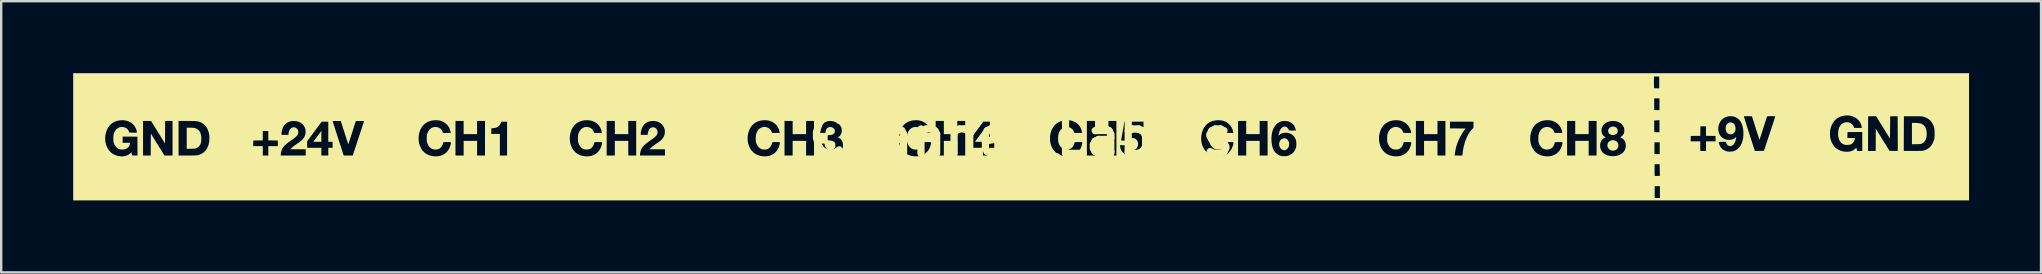
<source format=kicad_pcb>
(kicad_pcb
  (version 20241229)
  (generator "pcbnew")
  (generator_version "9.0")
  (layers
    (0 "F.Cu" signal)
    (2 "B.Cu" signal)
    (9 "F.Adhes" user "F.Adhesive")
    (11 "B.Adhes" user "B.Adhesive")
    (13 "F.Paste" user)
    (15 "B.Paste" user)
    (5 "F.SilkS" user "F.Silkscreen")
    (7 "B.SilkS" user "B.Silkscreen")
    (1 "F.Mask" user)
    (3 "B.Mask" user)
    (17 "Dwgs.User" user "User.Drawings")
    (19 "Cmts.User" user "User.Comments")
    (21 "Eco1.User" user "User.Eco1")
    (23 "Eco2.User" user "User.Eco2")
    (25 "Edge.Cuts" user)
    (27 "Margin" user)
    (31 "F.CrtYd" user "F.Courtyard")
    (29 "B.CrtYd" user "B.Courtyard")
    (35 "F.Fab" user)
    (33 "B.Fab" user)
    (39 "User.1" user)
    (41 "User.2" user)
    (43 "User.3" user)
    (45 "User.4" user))
  (footprint "Channel_Labels"
    (layer "F.Cu")
    (at 39.5 2.65)
    (property "Reference" "Channel_Labels" (at 0 0 0) (layer "F.SilkS") (effects (font (size 1.524 1.524) (thickness 0.3))))
    (attr board_only exclude_from_pos_files exclude_from_bom)
    (fp_poly (pts (xy -29.16 0.21) (xy -29.325 0.21) (xy -29.38 0.21) (xy -29.427 0.209) (xy -29.463 0.208) (xy -29.485 0.206) (xy -29.49 0.205) (xy -29.484 0.196) (xy -29.468 0.173) (xy -29.443 0.138) (xy -29.411 0.094) (xy -29.372 0.042) (xy -29.33 -0.016) (xy -29.325 -0.022) (xy -29.16 -0.244)) (stroke (width 0) (type solid)) (fill yes) (layer "F.SilkS"))
    (fp_poly (pts (xy -1.59 0.21) (xy -1.755 0.21) (xy -1.81 0.21) (xy -1.857 0.209) (xy -1.893 0.208) (xy -1.915 0.206) (xy -1.92 0.205) (xy -1.914 0.196) (xy -1.898 0.173) (xy -1.873 0.138) (xy -1.841 0.094) (xy -1.802 0.042) (xy -1.76 -0.016) (xy -1.755 -0.022) (xy -1.59 -0.244)) (stroke (width 0) (type solid)) (fill yes) (layer "F.SilkS"))
    (fp_poly (pts (xy 24.744 -0.413) (xy 24.792 -0.388) (xy 24.83 -0.35) (xy 24.844 -0.327) (xy 24.857 -0.28) (xy 24.859 -0.227) (xy 24.849 -0.178) (xy 24.844 -0.164) (xy 24.817 -0.129) (xy 24.775 -0.101) (xy 24.724 -0.081) (xy 24.669 -0.073) (xy 24.613 -0.076) (xy 24.59 -0.081) (xy 24.536 -0.106) (xy 24.496 -0.143) (xy 24.47 -0.187) (xy 24.46 -0.236) (xy 24.465 -0.287) (xy 24.487 -0.335) (xy 24.526 -0.378) (xy 24.576 -0.409) (xy 24.632 -0.424) (xy 24.689 -0.426)) (stroke (width 0) (type solid)) (fill yes) (layer "F.SilkS"))
    (fp_poly (pts (xy 24.703 0.146) (xy 24.767 0.166) (xy 24.809 0.191) (xy 24.85 0.231) (xy 24.876 0.282) (xy 24.889 0.338) (xy 24.888 0.396) (xy 24.872 0.451) (xy 24.843 0.499) (xy 24.816 0.525) (xy 24.758 0.559) (xy 24.695 0.576) (xy 24.632 0.577) (xy 24.6 0.571) (xy 24.54 0.544) (xy 24.49 0.504) (xy 24.453 0.454) (xy 24.44 0.424) (xy 24.431 0.373) (xy 24.433 0.319) (xy 24.447 0.268) (xy 24.468 0.231) (xy 24.516 0.186) (xy 24.574 0.156) (xy 24.637 0.142)) (stroke (width 0) (type solid)) (fill yes) (layer "F.SilkS"))
    (fp_poly (pts (xy 10.997 0.064) (xy 11.045 0.08) (xy 11.09 0.111) (xy 11.128 0.159) (xy 11.133 0.168) (xy 11.158 0.23) (xy 11.169 0.293) (xy 11.166 0.354) (xy 11.151 0.411) (xy 11.126 0.461) (xy 11.092 0.504) (xy 11.051 0.536) (xy 11.004 0.555) (xy 10.952 0.559) (xy 10.897 0.546) (xy 10.882 0.539) (xy 10.833 0.504) (xy 10.793 0.455) (xy 10.765 0.396) (xy 10.751 0.331) (xy 10.75 0.311) (xy 10.758 0.244) (xy 10.779 0.186) (xy 10.81 0.138) (xy 10.851 0.101) (xy 10.897 0.076) (xy 10.946 0.063)) (stroke (width 0) (type solid)) (fill yes) (layer "F.SilkS"))
    (fp_poly (pts (xy 29.622 -0.59) (xy 29.673 -0.564) (xy 29.716 -0.522) (xy 29.739 -0.486) (xy 29.758 -0.433) (xy 29.768 -0.371) (xy 29.769 -0.307) (xy 29.76 -0.256) (xy 29.741 -0.211) (xy 29.711 -0.168) (xy 29.676 -0.135) (xy 29.661 -0.125) (xy 29.616 -0.11) (xy 29.564 -0.105) (xy 29.515 -0.109) (xy 29.496 -0.114) (xy 29.442 -0.144) (xy 29.401 -0.189) (xy 29.372 -0.247) (xy 29.358 -0.318) (xy 29.357 -0.35) (xy 29.36 -0.411) (xy 29.372 -0.459) (xy 29.396 -0.503) (xy 29.421 -0.535) (xy 29.464 -0.573) (xy 29.512 -0.594) (xy 29.569 -0.6)) (stroke (width 0) (type solid)) (fill yes) (layer "F.SilkS"))
    (fp_poly (pts (xy 37.208 -0.58) (xy 37.305 -0.577) (xy 37.391 -0.57) (xy 37.462 -0.557) (xy 37.518 -0.541) (xy 37.534 -0.534) (xy 37.596 -0.495) (xy 37.646 -0.446) (xy 37.685 -0.385) (xy 37.712 -0.311) (xy 37.73 -0.221) (xy 37.736 -0.161) (xy 37.737 -0.061) (xy 37.723 0.031) (xy 37.696 0.112) (xy 37.657 0.182) (xy 37.606 0.238) (xy 37.544 0.278) (xy 37.537 0.281) (xy 37.517 0.29) (xy 37.496 0.296) (xy 37.473 0.301) (xy 37.441 0.304) (xy 37.4 0.306) (xy 37.344 0.307) (xy 37.303 0.308) (xy 37.12 0.312) (xy 37.12 -0.58)) (stroke (width 0) (type solid)) (fill yes) (layer "F.SilkS"))
    (fp_poly (pts (xy -34.608 -0.378) (xy -34.542 -0.376) (xy -34.493 -0.373) (xy -34.456 -0.369) (xy -34.427 -0.363) (xy -34.401 -0.356) (xy -34.389 -0.351) (xy -34.318 -0.314) (xy -34.261 -0.264) (xy -34.217 -0.198) (xy -34.185 -0.118) (xy -34.166 -0.023) (xy -34.16 0.087) (xy -34.16 0.089) (xy -34.166 0.185) (xy -34.183 0.266) (xy -34.213 0.336) (xy -34.257 0.396) (xy -34.271 0.411) (xy -34.3 0.438) (xy -34.328 0.458) (xy -34.358 0.473) (xy -34.394 0.484) (xy -34.439 0.491) (xy -34.497 0.495) (xy -34.571 0.498) (xy -34.587 0.498) (xy -34.77 0.502) (xy -34.77 -0.382)) (stroke (width 0) (type solid)) (fill yes) (layer "F.SilkS"))
    (fp_poly (pts (xy 39.5 2.65) (xy -39.5 2.65) (xy -39.5 2.06) (xy 26.4 2.06) (xy 26.4 2.55) (xy 26.62 2.55) (xy 26.62 2.06) (xy 26.4 2.06) (xy -39.5 2.06) (xy -39.5 1.145) (xy 26.395 1.145) (xy 26.395 1.375) (xy 26.395 1.442) (xy 26.396 1.502) (xy 26.397 1.554) (xy 26.399 1.593) (xy 26.401 1.617) (xy 26.402 1.622) (xy 26.407 1.63) (xy 26.418 1.634) (xy 26.438 1.636) (xy 26.47 1.635) (xy 26.512 1.633) (xy 26.555 1.631) (xy 26.589 1.628) (xy 26.611 1.627) (xy 26.617 1.626) (xy 26.617 1.616) (xy 26.617 1.589) (xy 26.616 1.547) (xy 26.615 1.494) (xy 26.614 1.431) (xy 26.613 1.382) (xy 26.607 1.139) (xy 26.501 1.142) (xy 26.395 1.145) (xy -39.5 1.145) (xy -39.5 0.024) (xy -38.167 0.024) (xy -38.165 0.146) (xy -38.147 0.265) (xy -38.113 0.378) (xy -38.066 0.481) (xy -38.031 0.537) (xy -37.958 0.624) (xy -37.873 0.696) (xy -37.776 0.751) (xy -37.67 0.789) (xy -37.565 0.809) (xy -37.516 0.815) (xy -37.479 0.818) (xy -37.449 0.818) (xy -37.418 0.815) (xy -37.38 0.81) (xy -37.375 0.81) (xy -37.303 0.792) (xy -37.23 0.763) (xy -37.163 0.725) (xy -37.117 0.688) (xy -37.071 0.644) (xy -37.06 0.699) (xy -37.053 0.732) (xy -37.047 0.758) (xy -37.045 0.767) (xy -37.036 0.774) (xy -37.013 0.777) (xy -36.973 0.78) (xy -36.93 0.78) (xy -36.82 0.78) (xy -36.825 -0.005) (xy -37.44 -0.01) (xy -37.44 0.25) (xy -37.128 0.25) (xy -37.134 0.287) (xy -37.157 0.361) (xy -37.196 0.425) (xy -37.251 0.476) (xy -37.292 0.501) (xy -37.346 0.52) (xy -37.411 0.53) (xy -37.481 0.531) (xy -37.549 0.523) (xy -37.607 0.506) (xy -37.621 0.499) (xy -37.679 0.46) (xy -37.731 0.404) (xy -37.775 0.337) (xy -37.806 0.263) (xy -37.82 0.211) (xy -37.826 0.157) (xy -37.829 0.093) (xy -37.828 0.024) (xy -37.824 -0.04) (xy -37.816 -0.093) (xy -37.815 -0.098) (xy -37.786 -0.185) (xy -37.744 -0.26) (xy -37.69 -0.323) (xy -37.626 -0.37) (xy -37.582 -0.39) (xy -37.545 -0.402) (xy -37.51 -0.408) (xy -37.468 -0.409) (xy -37.445 -0.408) (xy -37.364 -0.395) (xy -37.297 -0.368) (xy -37.242 -0.325) (xy -37.2 -0.267) (xy -37.181 -0.225) (xy -37.162 -0.175) (xy -37.006 -0.172) (xy -36.85 -0.169) (xy -36.85 -0.204) (xy -36.858 -0.266) (xy -36.881 -0.334) (xy -36.917 -0.404) (xy -36.962 -0.47) (xy -37.016 -0.53) (xy -37.024 -0.538) (xy -37.108 -0.601) (xy -37.203 -0.648) (xy -37.246 -0.66) (xy -36.59 -0.66) (xy -36.59 0.78) (xy -36.27 0.78) (xy -36.265 -0.135) (xy -35.697 0.78) (xy -35.36 0.78) (xy -35.36 -0.66) (xy -35.11 -0.66) (xy -35.11 0.78) (xy -34.737 0.78) (xy -34.639 0.78) (xy -34.558 0.78) (xy -34.493 0.779) (xy -34.441 0.778) (xy -34.4 0.776) (xy -34.367 0.774) (xy -34.34 0.771) (xy -34.317 0.767) (xy -34.296 0.763) (xy -34.286 0.76) (xy -34.183 0.724) (xy -34.092 0.672) (xy -34.013 0.604) (xy -33.947 0.522) (xy -33.894 0.424) (xy -33.881 0.39) (xy -32.001 0.39) (xy -31.6 0.39) (xy -31.6 0.78) (xy -31.37 0.78) (xy -30.85 0.78) (xy -29.81 0.78) (xy -29.81 0.52) (xy -30.454 0.52) (xy -30.405 0.469) (xy -30.364 0.432) (xy -30.306 0.386) (xy -30.232 0.331) (xy -30.142 0.268) (xy -30.085 0.23) (xy -30.024 0.184) (xy -29.75 0.184) (xy -29.75 0.46) (xy -29.16 0.46) (xy -29.16 0.78) (xy -28.87 0.78) (xy -28.87 0.46) (xy -28.69 0.46) (xy -28.69 0.21) (xy -28.87 0.21) (xy -28.87 -0.63) (xy -29.145 -0.63) (xy -29.75 0.184) (xy -30.024 0.184) (xy -29.994 0.161) (xy -29.923 0.089) (xy -29.87 0.012) (xy -29.835 -0.071) (xy -29.819 -0.138) (xy -29.814 -0.233) (xy -29.827 -0.322) (xy -29.857 -0.404) (xy -29.902 -0.477) (xy -29.961 -0.54) (xy -30.033 -0.591) (xy -30.116 -0.629) (xy -30.21 -0.653) (xy -30.23 -0.654) (xy -28.69 -0.654) (xy -28.687 -0.644) (xy -28.678 -0.616) (xy -28.664 -0.572) (xy -28.646 -0.514) (xy -28.623 -0.443) (xy -28.597 -0.361) (xy -28.567 -0.269) (xy -28.535 -0.169) (xy -28.5 -0.061) (xy -28.474 0.018) (xy -28.438 0.131) (xy -28.403 0.238) (xy -28.371 0.34) (xy -28.34 0.433) (xy -28.313 0.517) (xy -28.29 0.59) (xy -28.271 0.649) (xy -28.256 0.695) (xy -28.247 0.723) (xy -28.244 0.733) (xy -28.228 0.78) (xy -27.851 0.78) (xy -27.615 0.066) (xy -27.602 0.024) (xy -25.107 0.024) (xy -25.105 0.149) (xy -25.087 0.268) (xy -25.053 0.38) (xy -25.005 0.482) (xy -24.943 0.574) (xy -24.867 0.652) (xy -24.78 0.717) (xy -24.762 0.727) (xy -24.666 0.77) (xy -24.56 0.799) (xy -24.448 0.814) (xy -24.335 0.814) (xy -24.226 0.799) (xy -24.206 0.794) (xy -24.108 0.759) (xy -24.018 0.707) (xy -23.94 0.639) (xy -23.873 0.559) (xy -23.821 0.466) (xy -23.783 0.364) (xy -23.776 0.333) (xy -23.766 0.291) (xy -23.761 0.261) (xy -23.761 0.241) (xy -23.771 0.229) (xy -23.791 0.222) (xy -23.825 0.22) (xy -23.875 0.22) (xy -23.919 0.22) (xy -23.981 0.22) (xy -24.026 0.221) (xy -24.056 0.224) (xy -24.075 0.229) (xy -24.085 0.237) (xy -24.089 0.249) (xy -24.09 0.265) (xy -24.096 0.296) (xy -24.111 0.335) (xy -24.133 0.377) (xy -24.158 0.417) (xy -24.175 0.438) (xy -24.228 0.485) (xy -24.286 0.515) (xy -24.355 0.53) (xy -24.394 0.532) (xy -24.461 0.528) (xy -24.516 0.517) (xy -24.566 0.496) (xy -24.593 0.479) (xy -24.651 0.429) (xy -24.7 0.364) (xy -24.738 0.288) (xy -24.76 0.21) (xy -24.767 0.157) (xy -24.769 0.093) (xy -24.768 0.025) (xy -24.764 -0.04) (xy -24.756 -0.092) (xy -24.755 -0.098) (xy -24.726 -0.186) (xy -24.684 -0.261) (xy -24.631 -0.322) (xy -24.567 -0.369) (xy -24.495 -0.398) (xy -24.416 -0.41) (xy -24.405 -0.41) (xy -24.326 -0.401) (xy -24.256 -0.376) (xy -24.195 -0.336) (xy -24.147 -0.282) (xy -24.127 -0.248) (xy -24.112 -0.216) (xy -24.1 -0.189) (xy -24.096 -0.177) (xy -24.092 -0.171) (xy -24.084 -0.166) (xy -24.067 -0.163) (xy -24.04 -0.161) (xy -24 -0.16) (xy -23.943 -0.16) (xy -23.929 -0.16) (xy -23.768 -0.16) (xy -23.775 -0.203) (xy -23.802 -0.307) (xy -23.846 -0.402) (xy -23.905 -0.486) (xy -23.979 -0.557) (xy -24.066 -0.615) (xy -24.083 -0.623) (xy -24.161 -0.656) (xy -24.174 -0.66) (xy -23.57 -0.66) (xy -23.57 0.78) (xy -23.23 0.78) (xy -23.23 0.17) (xy -22.67 0.17) (xy -22.67 0.78) (xy -22.34 0.78) (xy -22.34 -0.12) (xy -22.081 -0.12) (xy -21.72 -0.12) (xy -21.72 0.78) (xy -21.42 0.78) (xy -21.42 0.024) (xy -18.807 0.024) (xy -18.805 0.149) (xy -18.787 0.268) (xy -18.753 0.38) (xy -18.705 0.482) (xy -18.643 0.574) (xy -18.567 0.652) (xy -18.48 0.717) (xy -18.462 0.727) (xy -18.366 0.77) (xy -18.26 0.799) (xy -18.148 0.814) (xy -18.035 0.814) (xy -17.926 0.799) (xy -17.906 0.794) (xy -17.808 0.759) (xy -17.718 0.707) (xy -17.64 0.639) (xy -17.573 0.559) (xy -17.521 0.466) (xy -17.483 0.364) (xy -17.476 0.333) (xy -17.466 0.291) (xy -17.461 0.261) (xy -17.461 0.241) (xy -17.471 0.229) (xy -17.491 0.222) (xy -17.525 0.22) (xy -17.575 0.22) (xy -17.619 0.22) (xy -17.681 0.22) (xy -17.726 0.221) (xy -17.756 0.224) (xy -17.775 0.229) (xy -17.785 0.237) (xy -17.789 0.249) (xy -17.79 0.265) (xy -17.796 0.296) (xy -17.811 0.335) (xy -17.833 0.377) (xy -17.858 0.417) (xy -17.875 0.438) (xy -17.928 0.485) (xy -17.986 0.515) (xy -18.055 0.53) (xy -18.094 0.532) (xy -18.161 0.528) (xy -18.216 0.517) (xy -18.266 0.496) (xy -18.293 0.479) (xy -18.351 0.429) (xy -18.4 0.364) (xy -18.438 0.288) (xy -18.46 0.21) (xy -18.467 0.157) (xy -18.469 0.093) (xy -18.468 0.025) (xy -18.464 -0.04) (xy -18.456 -0.092) (xy -18.455 -0.098) (xy -18.426 -0.186) (xy -18.384 -0.261) (xy -18.331 -0.322) (xy -18.267 -0.369) (xy -18.195 -0.398) (xy -18.116 -0.41) (xy -18.105 -0.41) (xy -18.026 -0.401) (xy -17.956 -0.376) (xy -17.895 -0.336) (xy -17.847 -0.282) (xy -17.827 -0.248) (xy -17.812 -0.216) (xy -17.8 -0.189) (xy -17.796 -0.177) (xy -17.792 -0.171) (xy -17.784 -0.166) (xy -17.767 -0.163) (xy -17.74 -0.161) (xy -17.7 -0.16) (xy -17.643 -0.16) (xy -17.629 -0.16) (xy -17.468 -0.16) (xy -17.475 -0.203) (xy -17.502 -0.307) (xy -17.546 -0.402) (xy -17.605 -0.486) (xy -17.679 -0.557) (xy -17.766 -0.615) (xy -17.783 -0.623) (xy -17.861 -0.656) (xy -17.874 -0.66) (xy -17.27 -0.66) (xy -17.27 0.78) (xy -16.93 0.78) (xy -16.93 0.17) (xy -16.37 0.17) (xy -16.37 0.78) (xy -16.04 0.78) (xy -15.88 0.78) (xy -14.84 0.78) (xy -14.84 0.52) (xy -15.484 0.52) (xy -15.435 0.469) (xy -15.394 0.432) (xy -15.336 0.386) (xy -15.262 0.331) (xy -15.172 0.268) (xy -15.115 0.23) (xy -15.024 0.161) (xy -14.953 0.089) (xy -14.908 0.024) (xy -11.397 0.024) (xy -11.395 0.149) (xy -11.377 0.268) (xy -11.343 0.38) (xy -11.295 0.482) (xy -11.233 0.574) (xy -11.157 0.652) (xy -11.07 0.717) (xy -11.052 0.727) (xy -10.956 0.77) (xy -10.85 0.799) (xy -10.738 0.814) (xy -10.625 0.814) (xy -10.516 0.799) (xy -10.496 0.794) (xy -10.398 0.759) (xy -10.308 0.707) (xy -10.23 0.639) (xy -10.163 0.559) (xy -10.111 0.466) (xy -10.073 0.364) (xy -10.066 0.333) (xy -10.056 0.291) (xy -10.051 0.261) (xy -10.051 0.241) (xy -10.061 0.229) (xy -10.081 0.222) (xy -10.115 0.22) (xy -10.165 0.22) (xy -10.209 0.22) (xy -10.271 0.22) (xy -10.316 0.221) (xy -10.346 0.224) (xy -10.365 0.229) (xy -10.375 0.237) (xy -10.379 0.249) (xy -10.38 0.265) (xy -10.386 0.296) (xy -10.401 0.335) (xy -10.423 0.377) (xy -10.448 0.417) (xy -10.465 0.438) (xy -10.518 0.485) (xy -10.576 0.515) (xy -10.645 0.53) (xy -10.684 0.532) (xy -10.751 0.528) (xy -10.806 0.517) (xy -10.856 0.496) (xy -10.883 0.479) (xy -10.941 0.429) (xy -10.99 0.364) (xy -11.028 0.288) (xy -11.05 0.21) (xy -11.057 0.157) (xy -11.059 0.093) (xy -11.058 0.025) (xy -11.054 -0.04) (xy -11.046 -0.092) (xy -11.045 -0.098) (xy -11.016 -0.186) (xy -10.974 -0.261) (xy -10.921 -0.322) (xy -10.857 -0.369) (xy -10.785 -0.398) (xy -10.706 -0.41) (xy -10.695 -0.41) (xy -10.616 -0.401) (xy -10.546 -0.376) (xy -10.485 -0.336) (xy -10.437 -0.282) (xy -10.417 -0.248) (xy -10.402 -0.216) (xy -10.39 -0.189) (xy -10.386 -0.177) (xy -10.382 -0.171) (xy -10.374 -0.166) (xy -10.357 -0.163) (xy -10.33 -0.161) (xy -10.29 -0.16) (xy -10.233 -0.16) (xy -10.219 -0.16) (xy -10.058 -0.16) (xy -10.065 -0.203) (xy -10.092 -0.307) (xy -10.136 -0.402) (xy -10.195 -0.486) (xy -10.269 -0.557) (xy -10.356 -0.615) (xy -10.373 -0.623) (xy -10.451 -0.656) (xy -10.464 -0.66) (xy -9.86 -0.66) (xy -9.86 0.78) (xy -9.52 0.78) (xy -9.52 0.17) (xy -8.96 0.17) (xy -8.96 0.78) (xy -8.63 0.78) (xy -8.63 0.322) (xy -8.48 0.322) (xy -8.477 0.361) (xy -8.469 0.408) (xy -8.457 0.459) (xy -8.442 0.507) (xy -8.426 0.545) (xy -8.379 0.624) (xy -8.316 0.69) (xy -8.242 0.742) (xy -8.156 0.779) (xy -8.06 0.802) (xy -7.957 0.81) (xy -7.847 0.801) (xy -7.816 0.795) (xy -7.718 0.768) (xy -7.633 0.726) (xy -7.56 0.671) (xy -7.501 0.605) (xy -7.458 0.528) (xy -7.431 0.443) (xy -7.421 0.351) (xy -7.423 0.31) (xy -7.438 0.231) (xy -7.469 0.161) (xy -7.514 0.102) (xy -7.571 0.056) (xy -7.601 0.041) (xy -7.638 0.024) (xy -5.097 0.024) (xy -5.095 0.149) (xy -5.077 0.268) (xy -5.043 0.38) (xy -4.995 0.482) (xy -4.933 0.574) (xy -4.857 0.652) (xy -4.77 0.717) (xy -4.752 0.727) (xy -4.656 0.77) (xy -4.55 0.799) (xy -4.438 0.814) (xy -4.325 0.814) (xy -4.216 0.799) (xy -4.196 0.794) (xy -4.098 0.759) (xy -4.008 0.707) (xy -3.93 0.639) (xy -3.863 0.559) (xy -3.811 0.466) (xy -3.773 0.364) (xy -3.766 0.333) (xy -3.756 0.291) (xy -3.751 0.261) (xy -3.751 0.241) (xy -3.761 0.229) (xy -3.781 0.222) (xy -3.815 0.22) (xy -3.865 0.22) (xy -3.909 0.22) (xy -3.971 0.22) (xy -4.016 0.221) (xy -4.046 0.224) (xy -4.065 0.229) (xy -4.075 0.237) (xy -4.079 0.249) (xy -4.08 0.265) (xy -4.086 0.296) (xy -4.101 0.335) (xy -4.123 0.377) (xy -4.148 0.417) (xy -4.165 0.438) (xy -4.218 0.485) (xy -4.276 0.515) (xy -4.345 0.53) (xy -4.384 0.532) (xy -4.451 0.528) (xy -4.506 0.517) (xy -4.556 0.496) (xy -4.583 0.479) (xy -4.641 0.429) (xy -4.69 0.364) (xy -4.728 0.288) (xy -4.75 0.21) (xy -4.757 0.157) (xy -4.759 0.093) (xy -4.758 0.025) (xy -4.754 -0.04) (xy -4.746 -0.092) (xy -4.745 -0.098) (xy -4.716 -0.186) (xy -4.674 -0.261) (xy -4.621 -0.322) (xy -4.557 -0.369) (xy -4.485 -0.398) (xy -4.406 -0.41) (xy -4.395 -0.41) (xy -4.316 -0.401) (xy -4.246 -0.376) (xy -4.185 -0.336) (xy -4.137 -0.282) (xy -4.117 -0.248) (xy -4.102 -0.216) (xy -4.09 -0.189) (xy -4.086 -0.177) (xy -4.082 -0.171) (xy -4.074 -0.166) (xy -4.057 -0.163) (xy -4.03 -0.161) (xy -3.99 -0.16) (xy -3.933 -0.16) (xy -3.919 -0.16) (xy -3.758 -0.16) (xy -3.765 -0.203) (xy -3.792 -0.307) (xy -3.836 -0.402) (xy -3.895 -0.486) (xy -3.969 -0.557) (xy -4.056 -0.615) (xy -4.073 -0.623) (xy -4.151 -0.656) (xy -4.164 -0.66) (xy -3.56 -0.66) (xy -3.56 0.78) (xy -3.22 0.78) (xy -3.22 0.17) (xy -2.66 0.17) (xy -2.66 0.78) (xy -2.33 0.78) (xy -2.33 0.184) (xy -2.18 0.184) (xy -2.18 0.46) (xy -1.59 0.46) (xy -1.59 0.78) (xy -1.3 0.78) (xy -1.3 0.46) (xy -1.12 0.46) (xy -1.12 0.21) (xy -1.3 0.21) (xy -1.3 0.024) (xy 1.203 0.024) (xy 1.205 0.149) (xy 1.223 0.268) (xy 1.257 0.38) (xy 1.305 0.482) (xy 1.367 0.574) (xy 1.443 0.652) (xy 1.53 0.717) (xy 1.548 0.727) (xy 1.644 0.77) (xy 1.75 0.799) (xy 1.862 0.814) (xy 1.975 0.814) (xy 2.084 0.799) (xy 2.104 0.794) (xy 2.202 0.759) (xy 2.292 0.707) (xy 2.37 0.639) (xy 2.437 0.559) (xy 2.489 0.466) (xy 2.527 0.364) (xy 2.534 0.333) (xy 2.544 0.291) (xy 2.549 0.261) (xy 2.549 0.241) (xy 2.539 0.229) (xy 2.519 0.222) (xy 2.485 0.22) (xy 2.435 0.22) (xy 2.391 0.22) (xy 2.329 0.22) (xy 2.284 0.221) (xy 2.254 0.224) (xy 2.235 0.229) (xy 2.225 0.237) (xy 2.221 0.249) (xy 2.22 0.265) (xy 2.214 0.296) (xy 2.199 0.335) (xy 2.177 0.377) (xy 2.152 0.417) (xy 2.135 0.438) (xy 2.082 0.485) (xy 2.024 0.515) (xy 1.955 0.53) (xy 1.916 0.532) (xy 1.849 0.528) (xy 1.794 0.517) (xy 1.744 0.496) (xy 1.717 0.479) (xy 1.659 0.429) (xy 1.61 0.364) (xy 1.572 0.288) (xy 1.55 0.21) (xy 1.543 0.157) (xy 1.541 0.093) (xy 1.542 0.025) (xy 1.546 -0.04) (xy 1.554 -0.092) (xy 1.555 -0.098) (xy 1.584 -0.186) (xy 1.626 -0.261) (xy 1.679 -0.322) (xy 1.743 -0.369) (xy 1.815 -0.398) (xy 1.894 -0.41) (xy 1.905 -0.41) (xy 1.984 -0.401) (xy 2.054 -0.376) (xy 2.115 -0.336) (xy 2.163 -0.282) (xy 2.183 -0.248) (xy 2.198 -0.216) (xy 2.21 -0.189) (xy 2.214 -0.177) (xy 2.218 -0.171) (xy 2.226 -0.166) (xy 2.243 -0.163) (xy 2.27 -0.161) (xy 2.31 -0.16) (xy 2.367 -0.16) (xy 2.381 -0.16) (xy 2.542 -0.16) (xy 2.535 -0.203) (xy 2.508 -0.307) (xy 2.464 -0.402) (xy 2.405 -0.486) (xy 2.331 -0.557) (xy 2.244 -0.615) (xy 2.227 -0.623) (xy 2.149 -0.656) (xy 2.136 -0.66) (xy 2.74 -0.66) (xy 2.74 0.78) (xy 3.08 0.78) (xy 3.08 0.17) (xy 3.64 0.17) (xy 3.64 0.78) (xy 3.97 0.78) (xy 3.97 0.349) (xy 4.117 0.349) (xy 4.124 0.405) (xy 4.143 0.495) (xy 4.177 0.574) (xy 4.229 0.644) (xy 4.299 0.708) (xy 4.327 0.728) (xy 4.387 0.76) (xy 4.46 0.784) (xy 4.543 0.801) (xy 4.629 0.809) (xy 4.713 0.807) (xy 4.771 0.8) (xy 4.859 0.774) (xy 4.941 0.73) (xy 5.016 0.672) (xy 5.079 0.602) (xy 5.129 0.523) (xy 5.162 0.438) (xy 5.169 0.412) (xy 5.178 0.327) (xy 5.174 0.235) (xy 5.158 0.144) (xy 5.129 0.06) (xy 5.114 0.029) (xy 5.11 0.024) (xy 7.503 0.024) (xy 7.505 0.149) (xy 7.523 0.268) (xy 7.557 0.38) (xy 7.605 0.482) (xy 7.667 0.574) (xy 7.743 0.652) (xy 7.83 0.717) (xy 7.848 0.727) (xy 7.944 0.77) (xy 8.05 0.799) (xy 8.162 0.814) (xy 8.275 0.814) (xy 8.384 0.799) (xy 8.404 0.794) (xy 8.502 0.759) (xy 8.592 0.707) (xy 8.67 0.639) (xy 8.737 0.559) (xy 8.789 0.466) (xy 8.827 0.364) (xy 8.834 0.333) (xy 8.844 0.291) (xy 8.849 0.261) (xy 8.849 0.241) (xy 8.839 0.229) (xy 8.819 0.222) (xy 8.785 0.22) (xy 8.735 0.22) (xy 8.691 0.22) (xy 8.629 0.22) (xy 8.584 0.221) (xy 8.554 0.224) (xy 8.535 0.229) (xy 8.525 0.237) (xy 8.521 0.249) (xy 8.52 0.265) (xy 8.514 0.296) (xy 8.499 0.335) (xy 8.477 0.377) (xy 8.452 0.417) (xy 8.435 0.438) (xy 8.382 0.485) (xy 8.324 0.515) (xy 8.255 0.53) (xy 8.216 0.532) (xy 8.149 0.528) (xy 8.094 0.517) (xy 8.044 0.496) (xy 8.017 0.479) (xy 7.959 0.429) (xy 7.91 0.364) (xy 7.872 0.288) (xy 7.85 0.21) (xy 7.843 0.157) (xy 7.841 0.093) (xy 7.842 0.025) (xy 7.846 -0.04) (xy 7.854 -0.092) (xy 7.855 -0.098) (xy 7.884 -0.186) (xy 7.926 -0.261) (xy 7.979 -0.322) (xy 8.043 -0.369) (xy 8.115 -0.398) (xy 8.194 -0.41) (xy 8.205 -0.41) (xy 8.284 -0.401) (xy 8.354 -0.376) (xy 8.415 -0.336) (xy 8.463 -0.282) (xy 8.483 -0.248) (xy 8.498 -0.216) (xy 8.51 -0.189) (xy 8.514 -0.177) (xy 8.518 -0.171) (xy 8.526 -0.166) (xy 8.543 -0.163) (xy 8.57 -0.161) (xy 8.61 -0.16) (xy 8.667 -0.16) (xy 8.681 -0.16) (xy 8.842 -0.16) (xy 8.835 -0.203) (xy 8.808 -0.307) (xy 8.764 -0.402) (xy 8.705 -0.486) (xy 8.631 -0.557) (xy 8.544 -0.615) (xy 8.527 -0.623) (xy 8.449 -0.656) (xy 8.436 -0.66) (xy 9.04 -0.66) (xy 9.04 0.78) (xy 9.38 0.78) (xy 9.38 0.17) (xy 9.94 0.17) (xy 9.94 0.78) (xy 10.27 0.78) (xy 10.27 0.067) (xy 10.43 0.067) (xy 10.433 0.184) (xy 10.446 0.298) (xy 10.468 0.405) (xy 10.499 0.502) (xy 10.535 0.576) (xy 10.582 0.64) (xy 10.642 0.698) (xy 10.711 0.747) (xy 10.783 0.782) (xy 10.84 0.799) (xy 10.892 0.806) (xy 10.954 0.808) (xy 11.017 0.807) (xy 11.072 0.802) (xy 11.092 0.799) (xy 11.176 0.772) (xy 11.255 0.728) (xy 11.325 0.672) (xy 11.382 0.604) (xy 11.407 0.564) (xy 11.439 0.495) (xy 11.459 0.429) (xy 11.468 0.357) (xy 11.47 0.301) (xy 11.463 0.201) (xy 11.444 0.115) (xy 11.411 0.04) (xy 11.399 0.024) (xy 14.913 0.024) (xy 14.915 0.149) (xy 14.933 0.268) (xy 14.967 0.38) (xy 15.015 0.482) (xy 15.077 0.574) (xy 15.153 0.652) (xy 15.24 0.717) (xy 15.258 0.727) (xy 15.354 0.77) (xy 15.46 0.799) (xy 15.572 0.814) (xy 15.685 0.814) (xy 15.794 0.799) (xy 15.814 0.794) (xy 15.912 0.759) (xy 16.002 0.707) (xy 16.08 0.639) (xy 16.147 0.559) (xy 16.199 0.466) (xy 16.237 0.364) (xy 16.244 0.333) (xy 16.254 0.291) (xy 16.259 0.261) (xy 16.259 0.241) (xy 16.249 0.229) (xy 16.229 0.222) (xy 16.195 0.22) (xy 16.145 0.22) (xy 16.101 0.22) (xy 16.039 0.22) (xy 15.994 0.221) (xy 15.964 0.224) (xy 15.945 0.229) (xy 15.935 0.237) (xy 15.931 0.249) (xy 15.93 0.265) (xy 15.924 0.296) (xy 15.909 0.335) (xy 15.887 0.377) (xy 15.862 0.417) (xy 15.845 0.438) (xy 15.792 0.485) (xy 15.734 0.515) (xy 15.665 0.53) (xy 15.626 0.532) (xy 15.559 0.528) (xy 15.504 0.517) (xy 15.454 0.496) (xy 15.427 0.479) (xy 15.369 0.429) (xy 15.32 0.364) (xy 15.282 0.288) (xy 15.26 0.21) (xy 15.253 0.157) (xy 15.251 0.093) (xy 15.252 0.025) (xy 15.256 -0.04) (xy 15.264 -0.092) (xy 15.265 -0.098) (xy 15.294 -0.186) (xy 15.336 -0.261) (xy 15.389 -0.322) (xy 15.453 -0.369) (xy 15.525 -0.398) (xy 15.604 -0.41) (xy 15.615 -0.41) (xy 15.694 -0.401) (xy 15.764 -0.376) (xy 15.825 -0.336) (xy 15.873 -0.282) (xy 15.893 -0.248) (xy 15.908 -0.216) (xy 15.92 -0.189) (xy 15.924 -0.177) (xy 15.928 -0.171) (xy 15.936 -0.166) (xy 15.953 -0.163) (xy 15.98 -0.161) (xy 16.02 -0.16) (xy 16.077 -0.16) (xy 16.091 -0.16) (xy 16.252 -0.16) (xy 16.245 -0.203) (xy 16.218 -0.307) (xy 16.174 -0.402) (xy 16.115 -0.486) (xy 16.041 -0.557) (xy 15.954 -0.615) (xy 15.937 -0.623) (xy 15.859 -0.656) (xy 15.846 -0.66) (xy 16.45 -0.66) (xy 16.45 0.78) (xy 16.79 0.78) (xy 16.79 0.17) (xy 17.35 0.17) (xy 17.35 0.78) (xy 17.68 0.78) (xy 17.68 -0.63) (xy 17.87 -0.63) (xy 17.87 -0.35) (xy 18.196 -0.348) (xy 18.523 -0.345) (xy 18.483 -0.295) (xy 18.422 -0.211) (xy 18.36 -0.112) (xy 18.301 -0.005) (xy 18.245 0.107) (xy 18.197 0.217) (xy 18.161 0.315) (xy 18.131 0.418) (xy 18.105 0.527) (xy 18.085 0.632) (xy 18.074 0.713) (xy 18.068 0.78) (xy 18.388 0.78) (xy 18.394 0.713) (xy 18.414 0.556) (xy 18.444 0.402) (xy 18.484 0.254) (xy 18.533 0.114) (xy 18.572 0.024) (xy 21.213 0.024) (xy 21.215 0.149) (xy 21.233 0.268) (xy 21.267 0.38) (xy 21.315 0.482) (xy 21.377 0.574) (xy 21.453 0.652) (xy 21.54 0.717) (xy 21.558 0.727) (xy 21.654 0.77) (xy 21.76 0.799) (xy 21.872 0.814) (xy 21.985 0.814) (xy 22.094 0.799) (xy 22.114 0.794) (xy 22.212 0.759) (xy 22.302 0.707) (xy 22.38 0.639) (xy 22.447 0.559) (xy 22.499 0.466) (xy 22.537 0.364) (xy 22.544 0.333) (xy 22.554 0.291) (xy 22.559 0.261) (xy 22.559 0.241) (xy 22.549 0.229) (xy 22.529 0.222) (xy 22.495 0.22) (xy 22.445 0.22) (xy 22.401 0.22) (xy 22.339 0.22) (xy 22.294 0.221) (xy 22.264 0.224) (xy 22.245 0.229) (xy 22.235 0.237) (xy 22.231 0.249) (xy 22.23 0.265) (xy 22.224 0.296) (xy 22.209 0.335) (xy 22.187 0.377) (xy 22.162 0.417) (xy 22.145 0.438) (xy 22.092 0.485) (xy 22.034 0.515) (xy 21.965 0.53) (xy 21.926 0.532) (xy 21.859 0.528) (xy 21.804 0.517) (xy 21.754 0.496) (xy 21.727 0.479) (xy 21.669 0.429) (xy 21.62 0.364) (xy 21.582 0.288) (xy 21.56 0.21) (xy 21.553 0.157) (xy 21.551 0.093) (xy 21.552 0.025) (xy 21.556 -0.04) (xy 21.564 -0.092) (xy 21.565 -0.098) (xy 21.594 -0.186) (xy 21.636 -0.261) (xy 21.689 -0.322) (xy 21.753 -0.369) (xy 21.825 -0.398) (xy 21.904 -0.41) (xy 21.915 -0.41) (xy 21.994 -0.401) (xy 22.064 -0.376) (xy 22.125 -0.336) (xy 22.173 -0.282) (xy 22.193 -0.248) (xy 22.208 -0.216) (xy 22.22 -0.189) (xy 22.224 -0.177) (xy 22.228 -0.171) (xy 22.236 -0.166) (xy 22.253 -0.163) (xy 22.28 -0.161) (xy 22.32 -0.16) (xy 22.377 -0.16) (xy 22.391 -0.16) (xy 22.552 -0.16) (xy 22.545 -0.203) (xy 22.518 -0.307) (xy 22.474 -0.402) (xy 22.415 -0.486) (xy 22.341 -0.557) (xy 22.254 -0.615) (xy 22.237 -0.623) (xy 22.159 -0.656) (xy 22.146 -0.66) (xy 22.75 -0.66) (xy 22.75 0.78) (xy 23.09 0.78) (xy 23.09 0.17) (xy 23.65 0.17) (xy 23.65 0.78) (xy 23.98 0.78) (xy 23.98 0.398) (xy 24.125 0.398) (xy 24.139 0.485) (xy 24.17 0.565) (xy 24.218 0.636) (xy 24.281 0.697) (xy 24.358 0.745) (xy 24.427 0.774) (xy 24.536 0.799) (xy 24.651 0.809) (xy 24.767 0.802) (xy 24.805 0.795) (xy 24.896 0.77) (xy 24.98 0.731) (xy 25.054 0.681) (xy 25.114 0.621) (xy 25.152 0.564) (xy 25.168 0.527) (xy 25.183 0.48) (xy 25.192 0.442) (xy 25.198 0.356) (xy 25.188 0.275) (xy 25.173 0.23) (xy 26.39 0.23) (xy 26.39 0.72) (xy 26.61 0.72) (xy 26.61 0.23) (xy 26.39 0.23) (xy 25.173 0.23) (xy 25.163 0.2) (xy 25.157 0.19) (xy 27.899 0.19) (xy 28.3 0.19) (xy 28.3 0.59) (xy 28.54 0.59) (xy 28.54 0.19) (xy 28.941 0.19) (xy 28.938 0.077) (xy 28.935 -0.035) (xy 28.738 -0.038) (xy 28.54 -0.04) (xy 28.538 -0.238) (xy 28.536 -0.371) (xy 29.05 -0.371) (xy 29.051 -0.28) (xy 29.067 -0.192) (xy 29.098 -0.109) (xy 29.144 -0.035) (xy 29.166 -0.01) (xy 29.236 0.051) (xy 29.314 0.095) (xy 29.401 0.12) (xy 29.497 0.129) (xy 29.525 0.128) (xy 29.608 0.118) (xy 29.677 0.096) (xy 29.736 0.061) (xy 29.762 0.038) (xy 29.8 0.003) (xy 29.794 0.044) (xy 29.775 0.138) (xy 29.748 0.219) (xy 29.713 0.285) (xy 29.672 0.336) (xy 29.626 0.37) (xy 29.575 0.387) (xy 29.52 0.386) (xy 29.473 0.371) (xy 29.431 0.342) (xy 29.396 0.297) (xy 29.369 0.242) (xy 29.358 0.21) (xy 29.22 0.21) (xy 29.169 0.211) (xy 29.125 0.212) (xy 29.094 0.215) (xy 29.077 0.218) (xy 29.075 0.219) (xy 29.074 0.234) (xy 29.078 0.26) (xy 29.081 0.277) (xy 29.112 0.369) (xy 29.159 0.447) (xy 29.22 0.513) (xy 29.294 0.564) (xy 29.381 0.599) (xy 29.405 0.606) (xy 29.461 0.615) (xy 29.526 0.619) (xy 29.593 0.617) (xy 29.653 0.609) (xy 29.673 0.605) (xy 29.765 0.571) (xy 29.847 0.52) (xy 29.919 0.453) (xy 29.979 0.371) (xy 30.027 0.274) (xy 30.064 0.163) (xy 30.084 0.059) (xy 30.097 -0.07) (xy 30.098 -0.196) (xy 30.087 -0.315) (xy 30.065 -0.428) (xy 30.032 -0.53) (xy 29.989 -0.62) (xy 29.936 -0.695) (xy 29.898 -0.735) (xy 29.821 -0.791) (xy 29.737 -0.83) (xy 29.648 -0.853) (xy 30.119 -0.853) (xy 30.12 -0.842) (xy 30.128 -0.814) (xy 30.141 -0.77) (xy 30.158 -0.711) (xy 30.18 -0.64) (xy 30.206 -0.556) (xy 30.236 -0.463) (xy 30.268 -0.361) (xy 30.303 -0.252) (xy 30.34 -0.137) (xy 30.343 -0.127) (xy 30.575 0.59) (xy 30.764 0.588) (xy 30.954 0.585) (xy 31.178 -0.091) (xy 33.705 -0.091) (xy 33.711 -0.00048) (xy 33.724 0.08) (xy 33.729 0.1) (xy 33.769 0.217) (xy 33.824 0.32) (xy 33.892 0.41) (xy 33.974 0.486) (xy 34.068 0.546) (xy 34.158 0.585) (xy 34.252 0.61) (xy 34.35 0.623) (xy 34.447 0.624) (xy 34.538 0.612) (xy 34.572 0.604) (xy 34.64 0.579) (xy 34.696 0.547) (xy 34.75 0.504) (xy 34.755 0.499) (xy 34.807 0.45) (xy 34.819 0.52) (xy 34.832 0.59) (xy 35.05 0.59) (xy 35.29 0.59) (xy 35.61 0.59) (xy 35.612 0.128) (xy 35.615 -0.334) (xy 35.9 0.125) (xy 36.186 0.585) (xy 36.358 0.588) (xy 36.53 0.59) (xy 36.53 0.59) (xy 36.78 0.59) (xy 37.157 0.59) (xy 37.261 0.59) (xy 37.348 0.589) (xy 37.418 0.588) (xy 37.474 0.587) (xy 37.518 0.585) (xy 37.553 0.582) (xy 37.579 0.578) (xy 37.598 0.575) (xy 37.702 0.541) (xy 37.794 0.491) (xy 37.874 0.425) (xy 37.941 0.343) (xy 37.997 0.246) (xy 38.039 0.135) (xy 38.042 0.125) (xy 38.05 0.093) (xy 38.057 0.063) (xy 38.061 0.031) (xy 38.063 -0.008) (xy 38.065 -0.057) (xy 38.065 -0.122) (xy 38.065 -0.135) (xy 38.064 -0.217) (xy 38.061 -0.283) (xy 38.055 -0.338) (xy 38.045 -0.387) (xy 38.031 -0.434) (xy 38.011 -0.483) (xy 37.988 -0.53) (xy 37.933 -0.621) (xy 37.864 -0.698) (xy 37.78 -0.761) (xy 37.683 -0.81) (xy 37.605 -0.836) (xy 37.585 -0.841) (xy 37.564 -0.845) (xy 37.54 -0.848) (xy 37.51 -0.851) (xy 37.472 -0.852) (xy 37.424 -0.854) (xy 37.364 -0.854) (xy 37.289 -0.855) (xy 37.198 -0.855) (xy 37.16 -0.855) (xy 36.785 -0.855) (xy 36.78 0.59) (xy 36.53 0.59) (xy 36.528 -0.132) (xy 36.525 -0.855) (xy 36.215 -0.855) (xy 36.205 0.075) (xy 35.625 -0.86) (xy 35.295 -0.855) (xy 35.29 0.59) (xy 35.05 0.59) (xy 35.05 -0.2) (xy 34.435 -0.195) (xy 34.429 0.05) (xy 34.749 0.05) (xy 34.743 0.083) (xy 34.72 0.161) (xy 34.684 0.227) (xy 34.635 0.279) (xy 34.58 0.313) (xy 34.534 0.328) (xy 34.476 0.336) (xy 34.414 0.339) (xy 34.353 0.336) (xy 34.303 0.327) (xy 34.298 0.325) (xy 34.225 0.292) (xy 34.164 0.242) (xy 34.114 0.177) (xy 34.077 0.099) (xy 34.053 0.009) (xy 34.042 -0.093) (xy 34.043 -0.164) (xy 34.055 -0.273) (xy 34.08 -0.366) (xy 34.119 -0.445) (xy 34.171 -0.51) (xy 34.237 -0.56) (xy 34.266 -0.576) (xy 34.3 -0.591) (xy 34.329 -0.6) (xy 34.363 -0.604) (xy 34.409 -0.605) (xy 34.41 -0.605) (xy 34.456 -0.604) (xy 34.49 -0.6) (xy 34.52 -0.591) (xy 34.552 -0.577) (xy 34.615 -0.536) (xy 34.663 -0.481) (xy 34.694 -0.421) (xy 34.712 -0.37) (xy 35.032 -0.37) (xy 35.025 -0.416) (xy 35.001 -0.514) (xy 34.958 -0.605) (xy 34.9 -0.686) (xy 34.825 -0.756) (xy 34.737 -0.814) (xy 34.715 -0.825) (xy 34.63 -0.86) (xy 34.543 -0.881) (xy 34.448 -0.889) (xy 34.417 -0.89) (xy 34.294 -0.881) (xy 34.18 -0.855) (xy 34.076 -0.811) (xy 33.982 -0.752) (xy 33.9 -0.676) (xy 33.831 -0.586) (xy 33.775 -0.482) (xy 33.733 -0.364) (xy 33.729 -0.35) (xy 33.714 -0.272) (xy 33.706 -0.184) (xy 33.705 -0.091) (xy 31.178 -0.091) (xy 31.191 -0.13) (xy 31.229 -0.245) (xy 31.265 -0.354) (xy 31.299 -0.456) (xy 31.329 -0.55) (xy 31.356 -0.634) (xy 31.38 -0.706) (xy 31.398 -0.766) (xy 31.412 -0.811) (xy 31.421 -0.84) (xy 31.424 -0.852) (xy 31.424 -0.852) (xy 31.412 -0.855) (xy 31.385 -0.858) (xy 31.346 -0.859) (xy 31.299 -0.86) (xy 31.248 -0.86) (xy 31.198 -0.859) (xy 31.153 -0.858) (xy 31.116 -0.856) (xy 31.092 -0.853) (xy 31.085 -0.85) (xy 31.081 -0.839) (xy 31.071 -0.811) (xy 31.057 -0.767) (xy 31.038 -0.71) (xy 31.016 -0.641) (xy 30.99 -0.562) (xy 30.962 -0.475) (xy 30.932 -0.382) (xy 30.925 -0.359) (xy 30.895 -0.265) (xy 30.867 -0.177) (xy 30.841 -0.097) (xy 30.818 -0.026) (xy 30.799 0.033) (xy 30.784 0.079) (xy 30.773 0.11) (xy 30.768 0.125) (xy 30.768 0.125) (xy 30.764 0.117) (xy 30.755 0.091) (xy 30.742 0.049) (xy 30.724 -0.006) (xy 30.702 -0.073) (xy 30.677 -0.151) (xy 30.65 -0.237) (xy 30.62 -0.33) (xy 30.609 -0.363) (xy 30.454 -0.855) (xy 30.29 -0.858) (xy 30.235 -0.858) (xy 30.186 -0.858) (xy 30.149 -0.856) (xy 30.125 -0.854) (xy 30.119 -0.853) (xy 29.648 -0.853) (xy 29.647 -0.853) (xy 29.554 -0.86) (xy 29.462 -0.851) (xy 29.372 -0.826) (xy 29.289 -0.785) (xy 29.214 -0.728) (xy 29.193 -0.707) (xy 29.136 -0.634) (xy 29.093 -0.551) (xy 29.064 -0.463) (xy 29.05 -0.371) (xy 28.536 -0.371) (xy 28.535 -0.435) (xy 28.305 -0.435) (xy 28.3 -0.04) (xy 27.905 -0.035) (xy 27.899 0.19) (xy 25.157 0.19) (xy 25.124 0.134) (xy 25.073 0.08) (xy 25.01 0.041) (xy 25.007 0.04) (xy 24.958 0.018) (xy 24.99 0.002) (xy 25.039 -0.034) (xy 25.083 -0.083) (xy 25.111 -0.128) (xy 25.123 -0.157) (xy 25.13 -0.188) (xy 25.134 -0.227) (xy 25.134 -0.265) (xy 25.134 -0.311) (xy 25.131 -0.344) (xy 25.124 -0.372) (xy 25.112 -0.402) (xy 25.103 -0.421) (xy 25.055 -0.496) (xy 24.993 -0.558) (xy 24.918 -0.605) (xy 24.831 -0.638) (xy 24.732 -0.656) (xy 24.661 -0.66) (xy 24.561 -0.652) (xy 24.468 -0.629) (xy 24.384 -0.591) (xy 24.312 -0.542) (xy 24.253 -0.48) (xy 24.212 -0.413) (xy 24.199 -0.38) (xy 24.19 -0.351) (xy 24.187 -0.317) (xy 24.186 -0.27) (xy 24.186 -0.265) (xy 24.187 -0.216) (xy 24.191 -0.181) (xy 24.199 -0.151) (xy 24.21 -0.126) (xy 24.24 -0.077) (xy 24.277 -0.034) (xy 24.317 -0.003) (xy 24.333 0.005) (xy 24.363 0.018) (xy 24.319 0.038) (xy 24.251 0.079) (xy 24.198 0.134) (xy 24.158 0.202) (xy 24.133 0.285) (xy 24.13 0.306) (xy 24.125 0.398) (xy 23.98 0.398) (xy 23.98 -0.66) (xy 23.65 -0.66) (xy 23.65 -0.11) (xy 23.09 -0.11) (xy 23.09 -0.66) (xy 22.75 -0.66) (xy 22.146 -0.66) (xy 22.085 -0.677) (xy 26.38 -0.677) (xy 26.38 -0.44) (xy 26.38 -0.373) (xy 26.381 -0.313) (xy 26.382 -0.263) (xy 26.384 -0.225) (xy 26.385 -0.202) (xy 26.387 -0.197) (xy 26.399 -0.194) (xy 26.427 -0.192) (xy 26.465 -0.19) (xy 26.497 -0.19) (xy 26.6 -0.19) (xy 26.6 -0.69) (xy 26.551 -0.69) (xy 26.513 -0.689) (xy 26.468 -0.686) (xy 26.441 -0.684) (xy 26.38 -0.677) (xy 22.085 -0.677) (xy 22.082 -0.678) (xy 22 -0.689) (xy 21.915 -0.692) (xy 21.793 -0.682) (xy 21.68 -0.656) (xy 21.577 -0.612) (xy 21.485 -0.554) (xy 21.405 -0.48) (xy 21.338 -0.392) (xy 21.284 -0.292) (xy 21.245 -0.178) (xy 21.22 -0.054) (xy 21.213 0.024) (xy 18.572 0.024) (xy 18.589 -0.016) (xy 18.653 -0.134) (xy 18.723 -0.237) (xy 18.797 -0.322) (xy 18.8 -0.325) (xy 18.85 -0.374) (xy 18.85 -0.63) (xy 17.87 -0.63) (xy 17.68 -0.63) (xy 17.68 -0.66) (xy 17.35 -0.66) (xy 17.35 -0.11) (xy 16.79 -0.11) (xy 16.79 -0.66) (xy 16.45 -0.66) (xy 15.846 -0.66) (xy 15.782 -0.678) (xy 15.7 -0.689) (xy 15.615 -0.692) (xy 15.493 -0.682) (xy 15.38 -0.656) (xy 15.277 -0.612) (xy 15.185 -0.554) (xy 15.105 -0.48) (xy 15.038 -0.392) (xy 14.984 -0.292) (xy 14.945 -0.178) (xy 14.92 -0.054) (xy 14.913 0.024) (xy 11.399 0.024) (xy 11.363 -0.024) (xy 11.347 -0.041) (xy 11.275 -0.1) (xy 11.197 -0.141) (xy 11.112 -0.164) (xy 11.03 -0.17) (xy 10.944 -0.164) (xy 10.871 -0.144) (xy 10.805 -0.11) (xy 10.758 -0.072) (xy 10.742 -0.059) (xy 10.733 -0.056) (xy 10.73 -0.066) (xy 10.733 -0.089) (xy 10.741 -0.129) (xy 10.746 -0.153) (xy 10.77 -0.233) (xy 10.802 -0.3) (xy 10.84 -0.354) (xy 10.883 -0.395) (xy 10.93 -0.42) (xy 10.979 -0.428) (xy 11.027 -0.42) (xy 11.075 -0.394) (xy 11.095 -0.375) (xy 11.121 -0.345) (xy 11.142 -0.314) (xy 11.149 -0.297) (xy 11.162 -0.26) (xy 11.451 -0.26) (xy 11.444 -0.297) (xy 11.418 -0.389) (xy 11.376 -0.468) (xy 11.319 -0.536) (xy 11.25 -0.59) (xy 11.169 -0.63) (xy 11.078 -0.653) (xy 10.994 -0.66) (xy 10.902 -0.655) (xy 10.822 -0.638) (xy 10.751 -0.607) (xy 10.685 -0.561) (xy 10.635 -0.515) (xy 10.571 -0.442) (xy 10.522 -0.363) (xy 10.484 -0.271) (xy 10.482 -0.265) (xy 10.454 -0.161) (xy 10.437 -0.049) (xy 10.43 0.067) (xy 10.27 0.067) (xy 10.27 -0.66) (xy 9.94 -0.66) (xy 9.94 -0.11) (xy 9.38 -0.11) (xy 9.38 -0.66) (xy 9.04 -0.66) (xy 8.436 -0.66) (xy 8.372 -0.678) (xy 8.29 -0.689) (xy 8.205 -0.692) (xy 8.083 -0.682) (xy 7.97 -0.656) (xy 7.867 -0.612) (xy 7.775 -0.554) (xy 7.695 -0.48) (xy 7.628 -0.392) (xy 7.574 -0.292) (xy 7.535 -0.178) (xy 7.51 -0.054) (xy 7.503 0.024) (xy 5.11 0.024) (xy 5.078 -0.023) (xy 5.029 -0.073) (xy 4.975 -0.117) (xy 4.925 -0.146) (xy 4.849 -0.172) (xy 4.768 -0.183) (xy 4.686 -0.181) (xy 4.607 -0.166) (xy 4.537 -0.137) (xy 4.509 -0.12) (xy 4.496 -0.11) (xy 4.487 -0.106) (xy 4.482 -0.11) (xy 4.482 -0.123) (xy 4.484 -0.148) (xy 4.491 -0.188) (xy 4.501 -0.245) (xy 4.503 -0.255) (xy 4.525 -0.375) (xy 4.813 -0.378) (xy 5.1 -0.38) (xy 5.1 -0.63) (xy 4.304 -0.63) (xy 4.237 -0.253) (xy 4.222 -0.168) (xy 4.208 -0.088) (xy 4.196 -0.017) (xy 4.185 0.043) (xy 4.177 0.092) (xy 4.172 0.125) (xy 4.17 0.142) (xy 4.17 0.142) (xy 4.172 0.15) (xy 4.179 0.155) (xy 4.195 0.158) (xy 4.223 0.159) (xy 4.265 0.16) (xy 4.303 0.16) (xy 4.436 0.16) (xy 4.471 0.124) (xy 4.524 0.081) (xy 4.584 0.056) (xy 4.649 0.05) (xy 4.714 0.062) (xy 4.751 0.078) (xy 4.802 0.115) (xy 4.84 0.163) (xy 4.864 0.219) (xy 4.874 0.28) (xy 4.872 0.343) (xy 4.856 0.403) (xy 4.826 0.458) (xy 4.784 0.504) (xy 4.741 0.532) (xy 4.677 0.555) (xy 4.617 0.559) (xy 4.559 0.542) (xy 4.505 0.506) (xy 4.488 0.49) (xy 4.456 0.452) (xy 4.438 0.417) (xy 4.433 0.398) (xy 4.424 0.355) (xy 4.271 0.352) (xy 4.117 0.349) (xy 3.97 0.349) (xy 3.97 -0.66) (xy 3.64 -0.66) (xy 3.64 -0.11) (xy 3.08 -0.11) (xy 3.08 -0.66) (xy 2.74 -0.66) (xy 2.136 -0.66) (xy 2.072 -0.678) (xy 1.99 -0.689) (xy 1.905 -0.692) (xy 1.783 -0.682) (xy 1.67 -0.656) (xy 1.567 -0.612) (xy 1.475 -0.554) (xy 1.395 -0.48) (xy 1.328 -0.392) (xy 1.274 -0.292) (xy 1.235 -0.178) (xy 1.21 -0.054) (xy 1.203 0.024) (xy -1.3 0.024) (xy -1.3 -0.63) (xy -1.575 -0.63) (xy -2.18 0.184) (xy -2.33 0.184) (xy -2.33 -0.66) (xy -2.66 -0.66) (xy -2.66 -0.11) (xy -3.22 -0.11) (xy -3.22 -0.66) (xy -3.56 -0.66) (xy -4.164 -0.66) (xy -4.228 -0.678) (xy -4.31 -0.689) (xy -4.395 -0.692) (xy -4.517 -0.682) (xy -4.63 -0.656) (xy -4.733 -0.612) (xy -4.825 -0.554) (xy -4.905 -0.48) (xy -4.972 -0.392) (xy -5.026 -0.292) (xy -5.065 -0.178) (xy -5.09 -0.054) (xy -5.097 0.024) (xy -7.638 0.024) (xy -7.64 0.023) (xy -7.59 -0.009) (xy -7.559 -0.032) (xy -7.535 -0.059) (xy -7.513 -0.097) (xy -7.508 -0.108) (xy -7.492 -0.143) (xy -7.482 -0.171) (xy -7.477 -0.202) (xy -7.475 -0.24) (xy -7.475 -0.265) (xy -7.476 -0.312) (xy -7.479 -0.346) (xy -7.487 -0.374) (xy -7.499 -0.404) (xy -7.503 -0.412) (xy -7.549 -0.484) (xy -7.608 -0.543) (xy -7.679 -0.591) (xy -7.758 -0.627) (xy -7.843 -0.65) (xy -7.932 -0.659) (xy -8.02 -0.656) (xy -8.107 -0.638) (xy -8.188 -0.607) (xy -8.262 -0.561) (xy -8.303 -0.524) (xy -8.352 -0.463) (xy -8.392 -0.39) (xy -8.422 -0.312) (xy -8.438 -0.233) (xy -8.44 -0.197) (xy -8.44 -0.159) (xy -8.297 -0.162) (xy -8.155 -0.165) (xy -8.149 -0.215) (xy -8.133 -0.283) (xy -8.102 -0.337) (xy -8.057 -0.377) (xy -8.011 -0.398) (xy -7.963 -0.409) (xy -7.915 -0.405) (xy -7.863 -0.385) (xy -7.814 -0.353) (xy -7.78 -0.311) (xy -7.763 -0.261) (xy -7.764 -0.208) (xy -7.768 -0.191) (xy -7.792 -0.144) (xy -7.832 -0.108) (xy -7.887 -0.084) (xy -7.955 -0.071) (xy -7.991 -0.07) (xy -8.06 -0.07) (xy -8.06 0.147) (xy -7.975 0.153) (xy -7.901 0.163) (xy -7.843 0.181) (xy -7.796 0.21) (xy -7.775 0.229) (xy -7.76 0.248) (xy -7.75 0.266) (xy -7.745 0.291) (xy -7.743 0.328) (xy -7.742 0.338) (xy -7.742 0.381) (xy -7.744 0.411) (xy -7.752 0.435) (xy -7.762 0.455) (xy -7.785 0.484) (xy -7.816 0.512) (xy -7.831 0.522) (xy -7.892 0.55) (xy -7.954 0.559) (xy -8.014 0.551) (xy -8.069 0.526) (xy -8.116 0.487) (xy -8.153 0.433) (xy -8.175 0.374) (xy -8.184 0.338) (xy -8.191 0.309) (xy -8.196 0.293) (xy -8.196 0.292) (xy -8.203 0.287) (xy -8.224 0.283) (xy -8.259 0.281) (xy -8.312 0.28) (xy -8.335 0.28) (xy -8.39 0.28) (xy -8.429 0.281) (xy -8.454 0.284) (xy -8.468 0.288) (xy -8.475 0.293) (xy -8.477 0.297) (xy -8.48 0.322) (xy -8.63 0.322) (xy -8.63 -0.66) (xy -8.96 -0.66) (xy -8.96 -0.11) (xy -9.52 -0.11) (xy -9.52 -0.66) (xy -9.86 -0.66) (xy -10.464 -0.66) (xy -10.528 -0.678) (xy -10.61 -0.689) (xy -10.695 -0.692) (xy -10.817 -0.682) (xy -10.93 -0.656) (xy -11.033 -0.612) (xy -11.125 -0.554) (xy -11.205 -0.48) (xy -11.272 -0.392) (xy -11.326 -0.292) (xy -11.365 -0.178) (xy -11.39 -0.054) (xy -11.397 0.024) (xy -14.908 0.024) (xy -14.9 0.012) (xy -14.865 -0.071) (xy -14.849 -0.138) (xy -14.844 -0.233) (xy -14.857 -0.322) (xy -14.887 -0.404) (xy -14.932 -0.477) (xy -14.991 -0.54) (xy -15.063 -0.591) (xy -15.146 -0.629) (xy -15.24 -0.653) (xy -15.333 -0.66) (xy -15.44 -0.652) (xy -15.536 -0.626) (xy -15.62 -0.585) (xy -15.692 -0.528) (xy -15.752 -0.455) (xy -15.799 -0.367) (xy -15.83 -0.274) (xy -15.84 -0.227) (xy -15.847 -0.179) (xy -15.85 -0.139) (xy -15.85 -0.08) (xy -15.56 -0.08) (xy -15.56 -0.106) (xy -15.556 -0.149) (xy -15.544 -0.2) (xy -15.528 -0.25) (xy -15.51 -0.293) (xy -15.499 -0.31) (xy -15.456 -0.355) (xy -15.407 -0.384) (xy -15.355 -0.396) (xy -15.304 -0.393) (xy -15.255 -0.377) (xy -15.213 -0.347) (xy -15.179 -0.304) (xy -15.157 -0.251) (xy -15.15 -0.194) (xy -15.153 -0.156) (xy -15.16 -0.12) (xy -15.164 -0.108) (xy -15.192 -0.062) (xy -15.236 -0.012) (xy -15.297 0.042) (xy -15.373 0.098) (xy -15.378 0.101) (xy -15.477 0.17) (xy -15.561 0.231) (xy -15.631 0.285) (xy -15.688 0.335) (xy -15.735 0.382) (xy -15.773 0.427) (xy -15.803 0.472) (xy -15.818 0.498) (xy -15.847 0.564) (xy -15.868 0.637) (xy -15.879 0.708) (xy -15.88 0.733) (xy -15.88 0.78) (xy -16.04 0.78) (xy -16.04 -0.66) (xy -16.37 -0.66) (xy -16.37 -0.11) (xy -16.93 -0.11) (xy -16.93 -0.66) (xy -17.27 -0.66) (xy -17.874 -0.66) (xy -17.938 -0.678) (xy -18.02 -0.689) (xy -18.105 -0.692) (xy -18.227 -0.682) (xy -18.34 -0.656) (xy -18.443 -0.612) (xy -18.535 -0.554) (xy -18.615 -0.48) (xy -18.682 -0.392) (xy -18.736 -0.292) (xy -18.775 -0.178) (xy -18.8 -0.054) (xy -18.807 0.024) (xy -21.42 0.024) (xy -21.42 -0.63) (xy -21.666 -0.63) (xy -21.677 -0.588) (xy -21.705 -0.521) (xy -21.749 -0.463) (xy -21.805 -0.416) (xy -21.869 -0.383) (xy -21.884 -0.378) (xy -21.915 -0.372) (xy -21.957 -0.365) (xy -22 -0.361) (xy -22.075 -0.355) (xy -22.078 -0.237) (xy -22.081 -0.12) (xy -22.34 -0.12) (xy -22.34 -0.66) (xy -22.67 -0.66) (xy -22.67 -0.11) (xy -23.23 -0.11) (xy -23.23 -0.66) (xy -23.57 -0.66) (xy -24.174 -0.66) (xy -24.238 -0.678) (xy -24.32 -0.689) (xy -24.405 -0.692) (xy -24.527 -0.682) (xy -24.64 -0.656) (xy -24.743 -0.612) (xy -24.835 -0.554) (xy -24.915 -0.48) (xy -24.982 -0.392) (xy -25.036 -0.292) (xy -25.075 -0.178) (xy -25.1 -0.054) (xy -25.107 0.024) (xy -27.602 0.024) (xy -27.578 -0.049) (xy -27.542 -0.158) (xy -27.508 -0.26) (xy -27.477 -0.354) (xy -27.45 -0.437) (xy -27.426 -0.509) (xy -27.407 -0.569) (xy -27.393 -0.614) (xy -27.383 -0.642) (xy -27.38 -0.654) (xy -27.38 -0.654) (xy -27.389 -0.656) (xy -27.416 -0.657) (xy -27.455 -0.658) (xy -27.505 -0.658) (xy -27.552 -0.658) (xy -27.723 -0.655) (xy -27.879 -0.168) (xy -27.909 -0.074) (xy -27.938 0.014) (xy -27.964 0.094) (xy -27.987 0.165) (xy -28.006 0.224) (xy -28.021 0.27) (xy -28.032 0.301) (xy -28.037 0.315) (xy -28.038 0.315) (xy -28.041 0.306) (xy -28.05 0.279) (xy -28.064 0.236) (xy -28.082 0.18) (xy -28.104 0.112) (xy -28.129 0.034) (xy -28.156 -0.053) (xy -28.186 -0.145) (xy -28.194 -0.171) (xy -28.347 -0.655) (xy -28.519 -0.658) (xy -28.575 -0.658) (xy -28.623 -0.658) (xy -28.66 -0.657) (xy -28.684 -0.656) (xy -28.69 -0.654) (xy -30.23 -0.654) (xy -30.303 -0.66) (xy -30.41 -0.652) (xy -30.506 -0.626) (xy -30.59 -0.585) (xy -30.662 -0.528) (xy -30.722 -0.455) (xy -30.769 -0.367) (xy -30.8 -0.274) (xy -30.81 -0.227) (xy -30.817 -0.179) (xy -30.82 -0.139) (xy -30.82 -0.08) (xy -30.53 -0.08) (xy -30.53 -0.106) (xy -30.526 -0.149) (xy -30.514 -0.2) (xy -30.498 -0.25) (xy -30.48 -0.293) (xy -30.469 -0.31) (xy -30.426 -0.355) (xy -30.377 -0.384) (xy -30.325 -0.396) (xy -30.274 -0.393) (xy -30.225 -0.377) (xy -30.183 -0.347) (xy -30.149 -0.304) (xy -30.127 -0.251) (xy -30.12 -0.194) (xy -30.123 -0.156) (xy -30.13 -0.12) (xy -30.134 -0.108) (xy -30.162 -0.062) (xy -30.206 -0.012) (xy -30.267 0.042) (xy -30.343 0.098) (xy -30.348 0.101) (xy -30.447 0.17) (xy -30.531 0.231) (xy -30.601 0.285) (xy -30.658 0.335) (xy -30.705 0.382) (xy -30.743 0.427) (xy -30.773 0.472) (xy -30.788 0.498) (xy -30.817 0.564) (xy -30.838 0.637) (xy -30.849 0.708) (xy -30.85 0.733) (xy -30.85 0.78) (xy -31.37 0.78) (xy -31.37 0.39) (xy -30.969 0.39) (xy -30.975 0.155) (xy -31.172 0.152) (xy -31.37 0.15) (xy -31.37 -0.24) (xy -31.6 -0.24) (xy -31.6 0.15) (xy -31.797 0.152) (xy -31.995 0.155) (xy -31.998 0.273) (xy -32.001 0.39) (xy -33.881 0.39) (xy -33.861 0.338) (xy -33.847 0.277) (xy -33.835 0.203) (xy -33.827 0.125) (xy -33.824 0.049) (xy -33.825 -0.017) (xy -33.826 -0.018) (xy -33.844 -0.146) (xy -33.876 -0.26) (xy -33.922 -0.361) (xy -33.982 -0.448) (xy -34.055 -0.521) (xy -34.142 -0.579) (xy -34.161 -0.589) (xy -34.197 -0.606) (xy -34.232 -0.62) (xy -34.266 -0.632) (xy -34.303 -0.641) (xy -34.345 -0.648) (xy -34.395 -0.653) (xy -34.454 -0.656) (xy -34.526 -0.658) (xy -34.612 -0.66) (xy -34.714 -0.66) (xy -34.756 -0.66) (xy -35.11 -0.66) (xy -35.36 -0.66) (xy -35.67 -0.66) (xy -35.672 -0.192) (xy -35.675 0.276) (xy -35.965 -0.191) (xy -36.255 -0.659) (xy -36.422 -0.66) (xy -36.59 -0.66) (xy -37.246 -0.66) (xy -37.309 -0.678) (xy -37.424 -0.692) (xy -37.465 -0.692) (xy -37.588 -0.682) (xy -37.701 -0.655) (xy -37.804 -0.612) (xy -37.895 -0.553) (xy -37.975 -0.479) (xy -38.042 -0.392) (xy -38.096 -0.291) (xy -38.135 -0.177) (xy -38.16 -0.052) (xy -38.167 0.024) (xy -39.5 0.024) (xy -39.5 -1.6) (xy 26.38 -1.6) (xy 26.38 -1.11) (xy 26.6 -1.11) (xy 26.6 -1.6) (xy 26.38 -1.6) (xy -39.5 -1.6) (xy -39.5 -2.51) (xy 26.37 -2.51) (xy 26.37 -2.272) (xy 26.37 -2.205) (xy 26.371 -2.144) (xy 26.372 -2.093) (xy 26.374 -2.055) (xy 26.375 -2.032) (xy 26.377 -2.027) (xy 26.389 -2.024) (xy 26.417 -2.022) (xy 26.455 -2.02) (xy 26.487 -2.02) (xy 26.59 -2.02) (xy 26.59 -2.51) (xy 26.37 -2.51) (xy -39.5 -2.51) (xy -39.5 -2.65) (xy 39.5 -2.65)) (stroke (width 0) (type solid)) (fill yes) (layer "F.SilkS")))
  (gr_rect
    (start -3 -3)
    (end 82 8.3)
    (stroke (width 0.1) (type default))
    (fill no)
    (layer "Edge.Cuts")))
</source>
